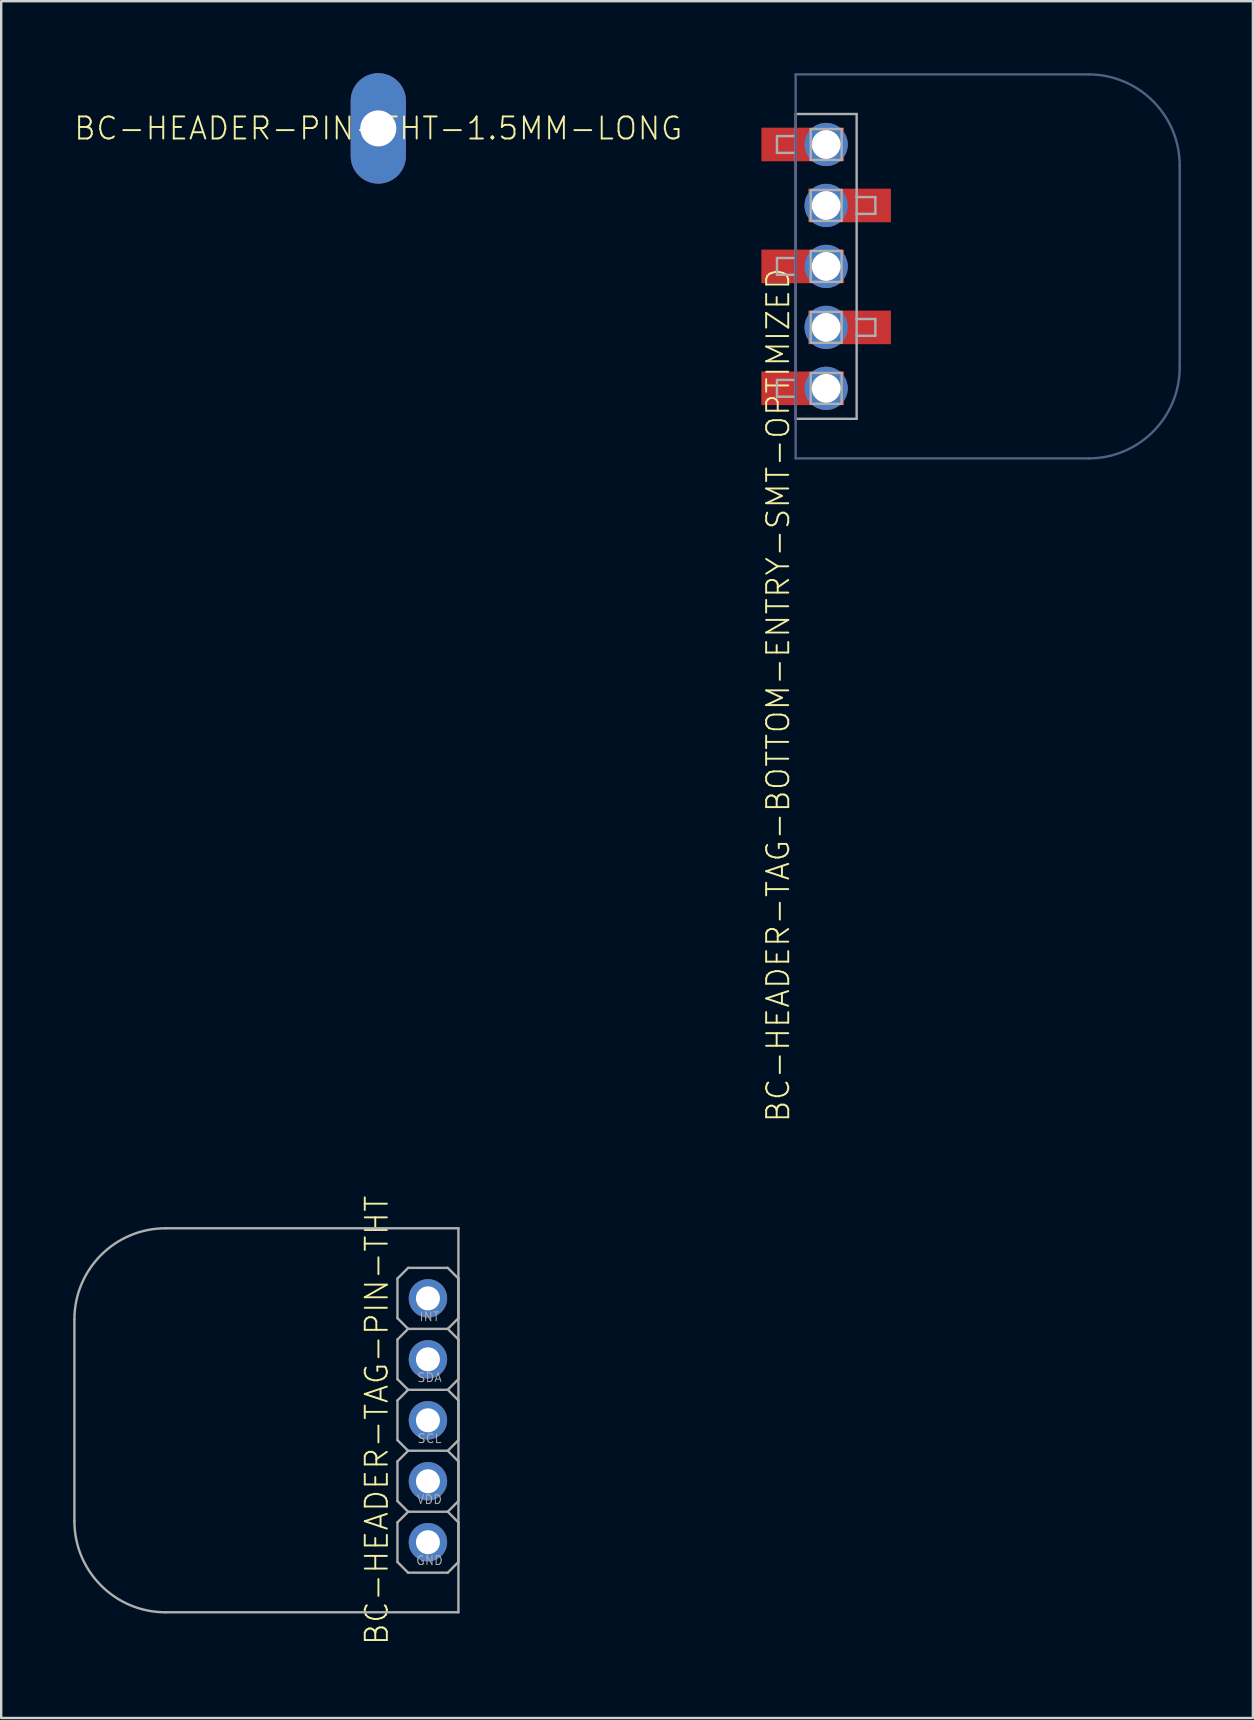
<source format=kicad_pcb>
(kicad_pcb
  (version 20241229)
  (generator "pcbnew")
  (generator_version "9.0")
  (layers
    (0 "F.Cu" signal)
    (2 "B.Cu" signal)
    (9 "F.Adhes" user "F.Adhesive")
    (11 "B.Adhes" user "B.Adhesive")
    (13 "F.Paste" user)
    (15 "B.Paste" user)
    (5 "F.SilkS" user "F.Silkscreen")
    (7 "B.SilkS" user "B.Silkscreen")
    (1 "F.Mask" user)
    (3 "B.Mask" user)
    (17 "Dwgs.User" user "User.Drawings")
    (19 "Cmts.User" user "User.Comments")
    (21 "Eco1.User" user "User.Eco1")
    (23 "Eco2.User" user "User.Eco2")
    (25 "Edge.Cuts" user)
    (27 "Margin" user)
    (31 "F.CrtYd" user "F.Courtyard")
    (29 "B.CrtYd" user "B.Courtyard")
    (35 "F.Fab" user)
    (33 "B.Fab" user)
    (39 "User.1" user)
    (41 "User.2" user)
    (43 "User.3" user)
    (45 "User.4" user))
  (footprint "BC-HEADER-PIN-THT-1.5MM-LONG"
    (layer "F.Cu")
    (at 12.711 2.3)
    (property "Reference" "BC-HEADER-PIN-THT-1.5MM-LONG" (at 0 0 0) (unlocked yes) (layer "F.SilkS") (effects (font (size 0.92 0.92) (thickness 0.08))))
    (pad "0" thru_hole oval (at 0 0 90) (size 4.6 2.3) (drill 1.5) (layers "*.Cu" "*.Mask")))
  (footprint "BC-HEADER-TAG-PIN-THT"
    (layer "F.Cu")
    (at 14.78 56.126)
    (property "Reference" "BC-HEADER-TAG-PIN-THT" (at -2.134 0 90) (unlocked yes) (layer "F.SilkS") (effects (font (size 0.92 0.92) (thickness 0.08))))
    (fp_line (start -14.73 -4.2) (end -14.73 4.2) (stroke (width 0.1) (type solid)) (layer "F.Fab"))
    (fp_line (start -10.93 8) (end 1.27 8) (stroke (width 0.1) (type solid)) (layer "F.Fab"))
    (fp_line (start -1.27 -5.905) (end -1.27 -4.255) (stroke (width 0.1) (type solid)) (layer "F.Fab"))
    (fp_line (start -1.27 -4.255) (end -0.826 -3.81) (stroke (width 0.1) (type solid)) (layer "F.Fab"))
    (fp_line (start -1.27 -3.365) (end -1.27 -1.714) (stroke (width 0.1) (type solid)) (layer "F.Fab"))
    (fp_line (start -1.27 -1.714) (end -0.826 -1.27) (stroke (width 0.1) (type solid)) (layer "F.Fab"))
    (fp_line (start -1.27 -0.826) (end -1.27 0.826) (stroke (width 0.1) (type solid)) (layer "F.Fab"))
    (fp_line (start -1.27 0.826) (end -0.826 1.27) (stroke (width 0.1) (type solid)) (layer "F.Fab"))
    (fp_line (start -1.27 1.714) (end -1.27 3.365) (stroke (width 0.1) (type solid)) (layer "F.Fab"))
    (fp_line (start -1.27 3.365) (end -0.826 3.81) (stroke (width 0.1) (type solid)) (layer "F.Fab"))
    (fp_line (start -1.27 4.255) (end -1.27 5.905) (stroke (width 0.1) (type solid)) (layer "F.Fab"))
    (fp_line (start -1.27 5.905) (end -0.826 6.35) (stroke (width 0.1) (type solid)) (layer "F.Fab"))
    (fp_line (start -0.826 -6.35) (end -1.27 -5.905) (stroke (width 0.1) (type solid)) (layer "F.Fab"))
    (fp_line (start -0.826 -3.81) (end -1.27 -3.365) (stroke (width 0.1) (type solid)) (layer "F.Fab"))
    (fp_line (start -0.826 -1.27) (end -1.27 -0.826) (stroke (width 0.1) (type solid)) (layer "F.Fab"))
    (fp_line (start -0.826 1.27) (end -1.27 1.714) (stroke (width 0.1) (type solid)) (layer "F.Fab"))
    (fp_line (start -0.826 3.81) (end -1.27 4.255) (stroke (width 0.1) (type solid)) (layer "F.Fab"))
    (fp_line (start -0.31 -5.39) (end -0.31 -4.77) (stroke (width 0.1) (type solid)) (layer "F.Fab"))
    (fp_line (start -0.31 -4.77) (end 0.31 -4.77) (stroke (width 0.1) (type solid)) (layer "F.Fab"))
    (fp_line (start -0.31 -2.85) (end -0.31 -2.23) (stroke (width 0.1) (type solid)) (layer "F.Fab"))
    (fp_line (start -0.31 -2.23) (end 0.31 -2.23) (stroke (width 0.1) (type solid)) (layer "F.Fab"))
    (fp_line (start -0.31 -0.31) (end -0.31 0.31) (stroke (width 0.1) (type solid)) (layer "F.Fab"))
    (fp_line (start -0.31 0.31) (end 0.31 0.31) (stroke (width 0.1) (type solid)) (layer "F.Fab"))
    (fp_line (start -0.31 2.23) (end -0.31 2.85) (stroke (width 0.1) (type solid)) (layer "F.Fab"))
    (fp_line (start -0.31 2.85) (end 0.31 2.85) (stroke (width 0.1) (type solid)) (layer "F.Fab"))
    (fp_line (start -0.31 4.77) (end -0.31 5.39) (stroke (width 0.1) (type solid)) (layer "F.Fab"))
    (fp_line (start -0.31 5.39) (end 0.31 5.39) (stroke (width 0.1) (type solid)) (layer "F.Fab"))
    (fp_line (start 0.31 -5.39) (end -0.31 -5.39) (stroke (width 0.1) (type solid)) (layer "F.Fab"))
    (fp_line (start 0.31 -4.77) (end 0.31 -5.39) (stroke (width 0.1) (type solid)) (layer "F.Fab"))
    (fp_line (start 0.31 -2.85) (end -0.31 -2.85) (stroke (width 0.1) (type solid)) (layer "F.Fab"))
    (fp_line (start 0.31 -2.23) (end 0.31 -2.85) (stroke (width 0.1) (type solid)) (layer "F.Fab"))
    (fp_line (start 0.31 -0.31) (end -0.31 -0.31) (stroke (width 0.1) (type solid)) (layer "F.Fab"))
    (fp_line (start 0.31 0.31) (end 0.31 -0.31) (stroke (width 0.1) (type solid)) (layer "F.Fab"))
    (fp_line (start 0.31 2.23) (end -0.31 2.23) (stroke (width 0.1) (type solid)) (layer "F.Fab"))
    (fp_line (start 0.31 2.85) (end 0.31 2.23) (stroke (width 0.1) (type solid)) (layer "F.Fab"))
    (fp_line (start 0.31 4.77) (end -0.31 4.77) (stroke (width 0.1) (type solid)) (layer "F.Fab"))
    (fp_line (start 0.31 5.39) (end 0.31 4.77) (stroke (width 0.1) (type solid)) (layer "F.Fab"))
    (fp_line (start 0.826 -6.35) (end -0.826 -6.35) (stroke (width 0.1) (type solid)) (layer "F.Fab"))
    (fp_line (start 0.826 -3.81) (end -0.826 -3.81) (stroke (width 0.1) (type solid)) (layer "F.Fab"))
    (fp_line (start 0.826 -3.81) (end 1.27 -4.255) (stroke (width 0.1) (type solid)) (layer "F.Fab"))
    (fp_line (start 0.826 -1.27) (end -0.826 -1.27) (stroke (width 0.1) (type solid)) (layer "F.Fab"))
    (fp_line (start 0.826 -1.27) (end 1.27 -1.714) (stroke (width 0.1) (type solid)) (layer "F.Fab"))
    (fp_line (start 0.826 1.27) (end -0.826 1.27) (stroke (width 0.1) (type solid)) (layer "F.Fab"))
    (fp_line (start 0.826 1.27) (end 1.27 0.826) (stroke (width 0.1) (type solid)) (layer "F.Fab"))
    (fp_line (start 0.826 3.81) (end -0.826 3.81) (stroke (width 0.1) (type solid)) (layer "F.Fab"))
    (fp_line (start 0.826 3.81) (end 1.27 3.365) (stroke (width 0.1) (type solid)) (layer "F.Fab"))
    (fp_line (start 0.826 6.35) (end -0.826 6.35) (stroke (width 0.1) (type solid)) (layer "F.Fab"))
    (fp_line (start 0.826 6.35) (end 1.27 5.905) (stroke (width 0.1) (type solid)) (layer "F.Fab"))
    (fp_line (start 1.27 -8) (end -10.93 -8) (stroke (width 0.1) (type solid)) (layer "F.Fab"))
    (fp_line (start 1.27 -5.905) (end 0.826 -6.35) (stroke (width 0.1) (type solid)) (layer "F.Fab"))
    (fp_line (start 1.27 -4.255) (end 1.27 -5.905) (stroke (width 0.1) (type solid)) (layer "F.Fab"))
    (fp_line (start 1.27 -3.365) (end 0.826 -3.81) (stroke (width 0.1) (type solid)) (layer "F.Fab"))
    (fp_line (start 1.27 -1.714) (end 1.27 -3.365) (stroke (width 0.1) (type solid)) (layer "F.Fab"))
    (fp_line (start 1.27 -0.826) (end 0.826 -1.27) (stroke (width 0.1) (type solid)) (layer "F.Fab"))
    (fp_line (start 1.27 0.826) (end 1.27 -0.826) (stroke (width 0.1) (type solid)) (layer "F.Fab"))
    (fp_line (start 1.27 1.714) (end 0.826 1.27) (stroke (width 0.1) (type solid)) (layer "F.Fab"))
    (fp_line (start 1.27 3.365) (end 1.27 1.714) (stroke (width 0.1) (type solid)) (layer "F.Fab"))
    (fp_line (start 1.27 4.255) (end 0.826 3.81) (stroke (width 0.1) (type solid)) (layer "F.Fab"))
    (fp_line (start 1.27 5.905) (end 1.27 4.255) (stroke (width 0.1) (type solid)) (layer "F.Fab"))
    (fp_line (start 1.27 8) (end 1.27 -8) (stroke (width 0.1) (type solid)) (layer "F.Fab"))
    (fp_arc (start -14.73 -4.2) (mid -13.617006 -6.887006) (end -10.93 -8) (stroke (width 0.1) (type solid)) (layer "F.Fab"))
    (fp_arc (start -10.93 8) (mid -13.617006 6.887006) (end -14.73 4.2) (stroke (width 0.1) (type solid)) (layer "F.Fab"))
    (fp_text user "SCL" (at 0.064 0.762 0) (layer "F.Fab") (effects (font (size 0.366 0.366) (thickness 0.041))))
    (fp_text user "VDD" (at 0.064 3.302 0) (layer "F.Fab") (effects (font (size 0.366 0.366) (thickness 0.041))))
    (fp_text user "GND" (at 0.064 5.842 0) (layer "F.Fab") (effects (font (size 0.366 0.366) (thickness 0.041))))
    (fp_text user "INT" (at 0.064 -4.318 0) (layer "F.Fab") (effects (font (size 0.366 0.366) (thickness 0.041))))
    (fp_text user "SDA" (at 0.064 -1.778 0) (layer "F.Fab") (effects (font (size 0.366 0.366) (thickness 0.041))))
    (pad "1" thru_hole circle (at 0 5.08) (size 1.6 1.6) (drill 1) (layers "*.Cu" "*.Mask"))
    (pad "2" thru_hole circle (at 0 2.54) (size 1.6 1.6) (drill 1) (layers "*.Cu" "*.Mask"))
    (pad "3" thru_hole circle (at 0 0) (size 1.6 1.6) (drill 1) (layers "*.Cu" "*.Mask"))
    (pad "4" thru_hole circle (at 0 -2.54) (size 1.6 1.6) (drill 1) (layers "*.Cu" "*.Mask"))
    (pad "5" thru_hole circle (at 0 -5.08) (size 1.6 1.6) (drill 1) (layers "*.Cu" "*.Mask")))
  (footprint "BC-HEADER-TAG-BOTTOM-ENTRY-SMT-OPTIMIZED"
    (layer "F.Cu")
    (at 31.372 8.05)
    (property "Reference" "BC-HEADER-TAG-BOTTOM-ENTRY-SMT-OPTIMIZED" (at -2.54 0 90) (unlocked yes) (layer "F.SilkS") (effects (font (size 0.92 0.92) (thickness 0.08)) (justify right top)))
    (fp_poly (pts (xy 0.745 -4.38) (xy -2.7 -4.38) (xy -2.7 -5.78) (xy 0.745 -5.78)) (stroke (width 0) (type default)) (fill yes) (layer "F.Cu"))
    (fp_poly (pts (xy 0.745 0.7) (xy -2.7 0.7) (xy -2.7 -0.7) (xy 0.745 -0.7)) (stroke (width 0) (type default)) (fill yes) (layer "F.Cu"))
    (fp_poly (pts (xy 0.745 5.78) (xy -2.7 5.78) (xy -2.7 4.38) (xy 0.745 4.38)) (stroke (width 0) (type default)) (fill yes) (layer "F.Cu"))
    (fp_poly (pts (xy 2.7 -1.84) (xy -0.745 -1.84) (xy -0.745 -3.24) (xy 2.7 -3.24)) (stroke (width 0) (type default)) (fill yes) (layer "F.Cu"))
    (fp_poly (pts (xy 2.7 3.24) (xy -0.745 3.24) (xy -0.745 1.84) (xy 2.7 1.84)) (stroke (width 0) (type default)) (fill yes) (layer "F.Cu"))
    (fp_circle (center 0 -5.08) (end 0.325 -5.08) (stroke (width 0.65) (type solid)) (fill yes) (layer "F.Mask"))
    (fp_circle (center 0 -2.54) (end 0.325 -2.54) (stroke (width 0.65) (type solid)) (fill yes) (layer "F.Mask"))
    (fp_circle (center 0 0) (end 0.325 0) (stroke (width 0.65) (type solid)) (fill yes) (layer "F.Mask"))
    (fp_circle (center 0 2.54) (end 0.325 2.54) (stroke (width 0.65) (type solid)) (fill yes) (layer "F.Mask"))
    (fp_circle (center 0 5.08) (end 0.325 5.08) (stroke (width 0.65) (type solid)) (fill yes) (layer "F.Mask"))
    (fp_poly (pts (xy -2.8 -4.28) (xy -0.8 -4.28) (xy -0.8 -5.88) (xy -2.8 -5.88)) (stroke (width 0) (type default)) (fill yes) (layer "F.Mask"))
    (fp_poly (pts (xy -2.8 0.8) (xy -0.8 0.8) (xy -0.8 -0.8) (xy -2.8 -0.8)) (stroke (width 0) (type default)) (fill yes) (layer "F.Mask"))
    (fp_poly (pts (xy -2.8 5.88) (xy -0.8 5.88) (xy -0.8 4.28) (xy -2.8 4.28)) (stroke (width 0) (type default)) (fill yes) (layer "F.Mask"))
    (fp_poly (pts (xy 2.8 -3.34) (xy 0.8 -3.34) (xy 0.8 -1.74) (xy 2.8 -1.74)) (stroke (width 0) (type default)) (fill yes) (layer "F.Mask"))
    (fp_poly (pts (xy 2.8 1.74) (xy 0.8 1.74) (xy 0.8 3.34) (xy 2.8 3.34)) (stroke (width 0) (type default)) (fill yes) (layer "F.Mask"))
    (fp_circle (center 0 -5.08) (end 0.475 -5.08) (stroke (width 0.95) (type solid)) (fill yes) (layer "B.Mask"))
    (fp_circle (center 0 -5.08) (end 0.475 -5.08) (stroke (width 0.95) (type solid)) (fill yes) (layer "B.Mask"))
    (fp_circle (center 0 -2.54) (end 0.475 -2.54) (stroke (width 0.95) (type solid)) (fill yes) (layer "B.Mask"))
    (fp_circle (center 0 0) (end 0.475 0) (stroke (width 0.95) (type solid)) (fill yes) (layer "B.Mask"))
    (fp_circle (center 0 2.54) (end 0.475 2.54) (stroke (width 0.95) (type solid)) (fill yes) (layer "B.Mask"))
    (fp_circle (center 0 5.08) (end 0.475 5.08) (stroke (width 0.95) (type solid)) (fill yes) (layer "B.Mask"))
    (fp_poly (pts (xy -0.9 -4.43) (xy -2.95 -4.43) (xy -2.95 -5.73) (xy -0.9 -5.73)) (stroke (width 0) (type default)) (fill yes) (layer "F.Paste"))
    (fp_poly (pts (xy -0.9 0.65) (xy -2.95 0.65) (xy -2.95 -0.65) (xy -0.9 -0.65)) (stroke (width 0) (type default)) (fill yes) (layer "F.Paste"))
    (fp_poly (pts (xy -0.9 5.73) (xy -2.95 5.73) (xy -2.95 4.43) (xy -0.9 4.43)) (stroke (width 0) (type default)) (fill yes) (layer "F.Paste"))
    (fp_poly (pts (xy 2.95 -1.89) (xy 0.9 -1.89) (xy 0.9 -3.19) (xy 2.95 -3.19)) (stroke (width 0) (type default)) (fill yes) (layer "F.Paste"))
    (fp_poly (pts (xy 2.95 3.19) (xy 0.9 3.19) (xy 0.9 1.89) (xy 2.95 1.89)) (stroke (width 0) (type default)) (fill yes) (layer "F.Paste"))
    (fp_line (start -1.27 -8) (end -1.27 8) (stroke (width 0.1) (type solid)) (layer "B.Fab"))
    (fp_line (start -1.27 8) (end 10.93 8) (stroke (width 0.1) (type solid)) (layer "B.Fab"))
    (fp_line (start 10.93 -8) (end -1.27 -8) (stroke (width 0.1) (type solid)) (layer "B.Fab"))
    (fp_line (start 14.73 4.2) (end 14.73 -4.2) (stroke (width 0.1) (type solid)) (layer "B.Fab"))
    (fp_arc (start 10.93 -8) (mid 13.617006 -6.887006) (end 14.73 -4.2) (stroke (width 0.1) (type solid)) (layer "B.Fab"))
    (fp_arc (start 14.73 4.2) (mid 13.617006 6.887006) (end 10.93 8) (stroke (width 0.1) (type solid)) (layer "B.Fab"))
    (fp_line (start -2.05 -4.73) (end -2.05 -5.43) (stroke (width 0.1) (type solid)) (layer "F.Fab"))
    (fp_line (start -2.05 0.35) (end -2.05 -0.35) (stroke (width 0.1) (type solid)) (layer "F.Fab"))
    (fp_line (start -2.05 5.43) (end -2.05 4.73) (stroke (width 0.1) (type solid)) (layer "F.Fab"))
    (fp_line (start -1.27 -6.35) (end -1.27 -5.43) (stroke (width 0.1) (type solid)) (layer "F.Fab"))
    (fp_line (start -1.27 -5.43) (end -2.05 -5.43) (stroke (width 0.1) (type solid)) (layer "F.Fab"))
    (fp_line (start -1.27 -5.43) (end -1.27 -4.73) (stroke (width 0.1) (type solid)) (layer "F.Fab"))
    (fp_line (start -1.27 -4.73) (end -2.05 -4.73) (stroke (width 0.1) (type solid)) (layer "F.Fab"))
    (fp_line (start -1.27 -4.73) (end -1.27 -0.35) (stroke (width 0.1) (type solid)) (layer "F.Fab"))
    (fp_line (start -1.27 -0.35) (end -2.05 -0.35) (stroke (width 0.1) (type solid)) (layer "F.Fab"))
    (fp_line (start -1.27 -0.35) (end -1.27 0.35) (stroke (width 0.1) (type solid)) (layer "F.Fab"))
    (fp_line (start -1.27 0.35) (end -2.05 0.35) (stroke (width 0.1) (type solid)) (layer "F.Fab"))
    (fp_line (start -1.27 0.35) (end -1.27 4.73) (stroke (width 0.1) (type solid)) (layer "F.Fab"))
    (fp_line (start -1.27 4.73) (end -2.05 4.73) (stroke (width 0.1) (type solid)) (layer "F.Fab"))
    (fp_line (start -1.27 4.73) (end -1.27 5.43) (stroke (width 0.1) (type solid)) (layer "F.Fab"))
    (fp_line (start -1.27 5.43) (end -2.05 5.43) (stroke (width 0.1) (type solid)) (layer "F.Fab"))
    (fp_line (start -1.27 5.43) (end -1.27 6.35) (stroke (width 0.1) (type solid)) (layer "F.Fab"))
    (fp_line (start -1.27 6.35) (end 1.27 6.35) (stroke (width 0.1) (type solid)) (layer "F.Fab"))
    (fp_line (start -0.643 -5.723) (end -0.643 -4.437) (stroke (width 0.1) (type solid)) (layer "F.Fab"))
    (fp_line (start -0.643 -4.437) (end 0.643 -4.437) (stroke (width 0.1) (type solid)) (layer "F.Fab"))
    (fp_line (start -0.643 -3.183) (end -0.643 -1.897) (stroke (width 0.1) (type solid)) (layer "F.Fab"))
    (fp_line (start -0.643 -1.897) (end 0.643 -1.897) (stroke (width 0.1) (type solid)) (layer "F.Fab"))
    (fp_line (start -0.643 -0.643) (end -0.643 0.643) (stroke (width 0.1) (type solid)) (layer "F.Fab"))
    (fp_line (start -0.643 0.643) (end 0.643 0.643) (stroke (width 0.1) (type solid)) (layer "F.Fab"))
    (fp_line (start -0.643 1.897) (end -0.643 3.183) (stroke (width 0.1) (type solid)) (layer "F.Fab"))
    (fp_line (start -0.643 3.183) (end 0.643 3.183) (stroke (width 0.1) (type solid)) (layer "F.Fab"))
    (fp_line (start -0.643 4.437) (end -0.643 5.723) (stroke (width 0.1) (type solid)) (layer "F.Fab"))
    (fp_line (start -0.643 5.723) (end 0.643 5.723) (stroke (width 0.1) (type solid)) (layer "F.Fab"))
    (fp_line (start 0.643 -5.723) (end -0.643 -5.723) (stroke (width 0.1) (type solid)) (layer "F.Fab"))
    (fp_line (start 0.643 -4.437) (end 0.643 -5.723) (stroke (width 0.1) (type solid)) (layer "F.Fab"))
    (fp_line (start 0.643 -3.183) (end -0.643 -3.183) (stroke (width 0.1) (type solid)) (layer "F.Fab"))
    (fp_line (start 0.643 -1.897) (end 0.643 -3.183) (stroke (width 0.1) (type solid)) (layer "F.Fab"))
    (fp_line (start 0.643 -0.643) (end -0.643 -0.643) (stroke (width 0.1) (type solid)) (layer "F.Fab"))
    (fp_line (start 0.643 0.643) (end 0.643 -0.643) (stroke (width 0.1) (type solid)) (layer "F.Fab"))
    (fp_line (start 0.643 1.897) (end -0.643 1.897) (stroke (width 0.1) (type solid)) (layer "F.Fab"))
    (fp_line (start 0.643 3.183) (end 0.643 1.897) (stroke (width 0.1) (type solid)) (layer "F.Fab"))
    (fp_line (start 0.643 4.437) (end -0.643 4.437) (stroke (width 0.1) (type solid)) (layer "F.Fab"))
    (fp_line (start 0.643 5.723) (end 0.643 4.437) (stroke (width 0.1) (type solid)) (layer "F.Fab"))
    (fp_line (start 1.27 -6.35) (end -1.27 -6.35) (stroke (width 0.1) (type solid)) (layer "F.Fab"))
    (fp_line (start 1.27 -2.89) (end 1.27 -6.35) (stroke (width 0.1) (type solid)) (layer "F.Fab"))
    (fp_line (start 1.27 -2.89) (end 2.05 -2.89) (stroke (width 0.1) (type solid)) (layer "F.Fab"))
    (fp_line (start 1.27 -2.19) (end 1.27 -2.89) (stroke (width 0.1) (type solid)) (layer "F.Fab"))
    (fp_line (start 1.27 -2.19) (end 2.05 -2.19) (stroke (width 0.1) (type solid)) (layer "F.Fab"))
    (fp_line (start 1.27 2.19) (end 1.27 -2.19) (stroke (width 0.1) (type solid)) (layer "F.Fab"))
    (fp_line (start 1.27 2.19) (end 2.05 2.19) (stroke (width 0.1) (type solid)) (layer "F.Fab"))
    (fp_line (start 1.27 2.89) (end 1.27 2.19) (stroke (width 0.1) (type solid)) (layer "F.Fab"))
    (fp_line (start 1.27 2.89) (end 2.05 2.89) (stroke (width 0.1) (type solid)) (layer "F.Fab"))
    (fp_line (start 1.27 6.35) (end 1.27 2.89) (stroke (width 0.1) (type solid)) (layer "F.Fab"))
    (fp_line (start 2.05 -2.89) (end 2.05 -2.19) (stroke (width 0.1) (type solid)) (layer "F.Fab"))
    (fp_line (start 2.05 2.19) (end 2.05 2.89) (stroke (width 0.1) (type solid)) (layer "F.Fab"))
    (fp_text user "INT" (at 0.064 -5.08 0) (layer "F.Fab") (effects (font (size 0.366 0.366) (thickness 0.041))))
    (fp_text user "SCL" (at 0.064 0 0) (layer "F.Fab") (effects (font (size 0.366 0.366) (thickness 0.041))))
    (fp_text user "VDD" (at 0.064 2.54 0) (layer "F.Fab") (effects (font (size 0.366 0.366) (thickness 0.041))))
    (fp_text user "GND" (at 0.064 5.08 0) (layer "F.Fab") (effects (font (size 0.366 0.366) (thickness 0.041))))
    (fp_text user "SDA" (at 0.064 -2.54 0) (layer "F.Fab") (effects (font (size 0.366 0.366) (thickness 0.041))))
    (pad "1" thru_hole circle (at 0 -5.08 90) (size 1.8 1.8) (drill 1.2) (layers "*.Cu"))
    (pad "2" thru_hole circle (at 0 -2.54 90) (size 1.8 1.8) (drill 1.2) (layers "*.Cu"))
    (pad "3" thru_hole circle (at 0 0 90) (size 1.8 1.8) (drill 1.2) (layers "*.Cu"))
    (pad "4" thru_hole circle (at 0 2.54 90) (size 1.8 1.8) (drill 1.2) (layers "*.Cu"))
    (pad "5" thru_hole circle (at 0 5.08 90) (size 1.8 1.8) (drill 1.2) (layers "*.Cu")))
  (gr_rect
    (start -3 -3)
    (end 49.152 68.53)
    (stroke (width 0.1) (type default))
    (fill no)
    (layer "Edge.Cuts")))
</source>
